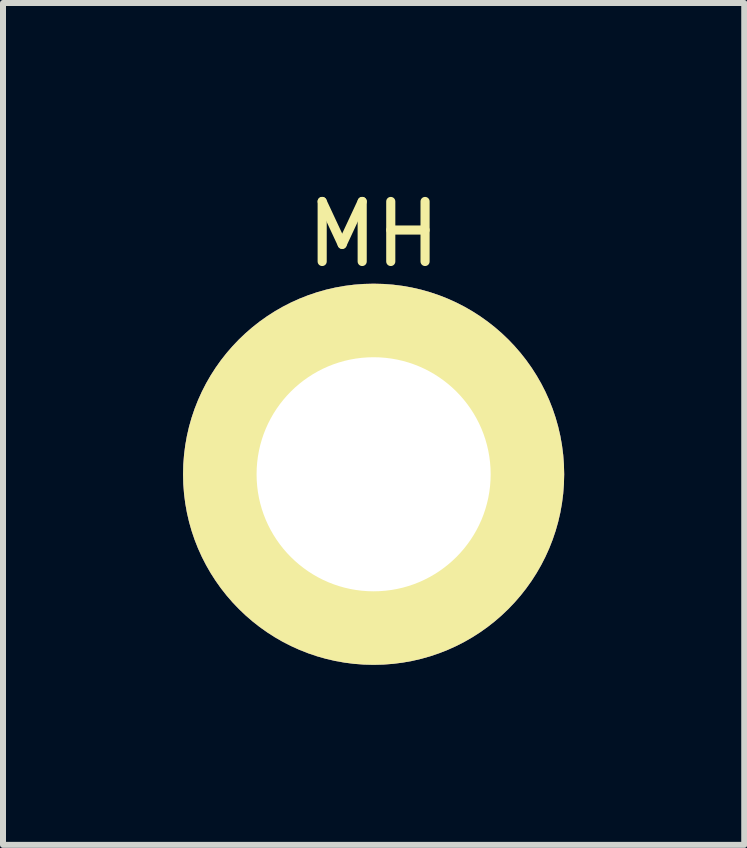
<source format=kicad_pcb>
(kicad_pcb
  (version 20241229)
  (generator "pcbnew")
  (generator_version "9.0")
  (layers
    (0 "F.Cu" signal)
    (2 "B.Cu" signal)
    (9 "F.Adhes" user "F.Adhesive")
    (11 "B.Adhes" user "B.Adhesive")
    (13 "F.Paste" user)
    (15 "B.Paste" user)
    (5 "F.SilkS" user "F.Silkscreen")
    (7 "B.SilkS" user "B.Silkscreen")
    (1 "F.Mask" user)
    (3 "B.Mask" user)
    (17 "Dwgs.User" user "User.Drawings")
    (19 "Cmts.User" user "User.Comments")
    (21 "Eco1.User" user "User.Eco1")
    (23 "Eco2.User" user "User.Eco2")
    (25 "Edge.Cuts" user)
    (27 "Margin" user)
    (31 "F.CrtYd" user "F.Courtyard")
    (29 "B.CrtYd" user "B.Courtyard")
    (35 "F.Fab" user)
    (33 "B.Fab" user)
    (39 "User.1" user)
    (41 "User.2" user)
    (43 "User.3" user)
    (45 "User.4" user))
  (footprint "MH"
    (layer "F.Cu")
    (at 3.175 4.852)
    (property "Reference" "MH" (at 0 -4 0) (layer "F.SilkS") (effects (font (size 1 1) (thickness 0.152))))
    (attr through_hole)
    (pad "" np_thru_hole circle (at 0 0) (size 6.35 6.35) (drill 3.9) (layers "*.Cu" "*.Mask" "F.SilkS")))
  (gr_rect
    (start -3 -3)
    (end 9.35 11.027)
    (stroke (width 0.1) (type default))
    (fill no)
    (layer "Edge.Cuts")))
</source>
